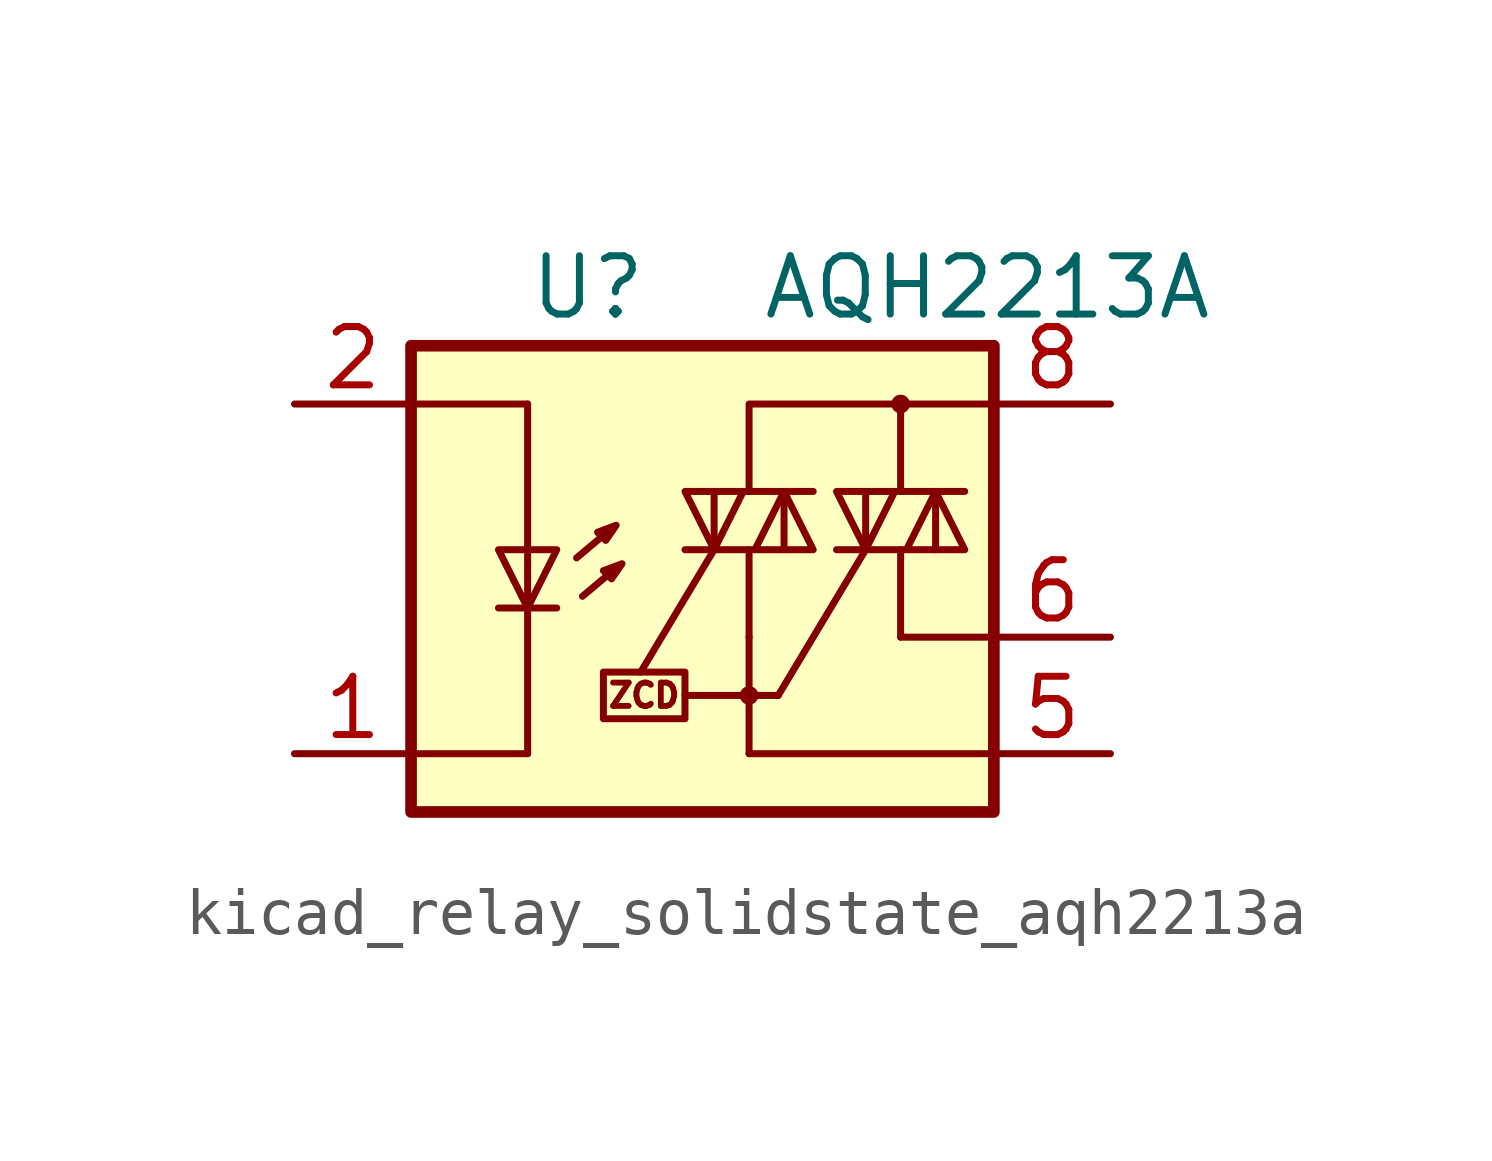
<source format=kicad_sym>
(kicad_symbol_lib
  (version 20220914)
  (generator kicad_symbol_editor)
  (symbol "kicad_relay_solidstate_aqh2213a"
    (property "Reference" "U"
      (at -5.08 5.08 0)
      (effects (font (size 1.27 1.27)) (justify left)))
    (property "Value" "AQH2213A"
      (at 0 5.08 0)
      (effects (font (size 1.27 1.27)) (justify left)))
    (symbol "kicad_relay_solidstate_aqh2213a_0_1"
      (polyline (pts (xy 3.048 -2.54) (xy 5.08 -2.54)) (stroke (width 0) (type default)) (fill (type none)))
      (polyline (pts (xy 3.048 -0.635) (xy 3.048 -2.54)) (stroke (width 0) (type default)) (fill (type none))))
    (symbol "kicad_relay_solidstate_aqh2213a_1_1"
      (rectangle (start -7.62 3.81) (end 5.08 -6.35) (stroke (width 0.254) (type default)) (fill (type background)))
      (rectangle (start -3.429 -3.302) (end -1.651 -4.318) (stroke (width 0) (type default)) (fill (type none)))
      (circle (center -0.254 -3.81) (radius 0.127) (stroke (width 0) (type default)) (fill (type none)))
      (polyline (pts (xy -5.715 -1.905) (xy -4.445 -1.905)) (stroke (width 0) (type default)) (fill (type none)))
      (polyline (pts (xy -5.08 -5.08) (xy -7.62 -5.08)) (stroke (width 0) (type default)) (fill (type none)))
      (polyline (pts (xy -5.08 -1.905) (xy -5.08 -5.08)) (stroke (width 0) (type default)) (fill (type none)))
      (polyline (pts (xy -5.08 -0.635) (xy -5.08 -1.905)) (stroke (width 0) (type default)) (fill (type none)))
      (polyline (pts (xy -5.08 -0.635) (xy -5.08 2.54)) (stroke (width 0) (type default)) (fill (type none)))
      (polyline (pts (xy -5.08 2.54) (xy -7.493 2.54)) (stroke (width 0) (type default)) (fill (type none)))
      (polyline (pts (xy -3.378 -0.279) (xy -4.013 -0.813)) (stroke (width 0) (type default)) (fill (type none)))
      (polyline (pts (xy -3.251 -1.118) (xy -3.886 -1.651)) (stroke (width 0) (type default)) (fill (type none)))
      (polyline (pts (xy -1.651 -3.81) (xy -0.254 -3.81)) (stroke (width 0) (type default)) (fill (type none)))
      (polyline (pts (xy -1.016 -0.635) (xy -2.616 -3.302)) (stroke (width 0) (type default)) (fill (type none)))
      (polyline (pts (xy -1.016 -0.635) (xy -1.016 0.635)) (stroke (width 0) (type default)) (fill (type none)))
      (polyline (pts (xy -0.254 -3.81) (xy 0.381 -3.81)) (stroke (width 0) (type default)) (fill (type none)))
      (polyline (pts (xy -0.254 -2.54) (xy -0.254 -5.08)) (stroke (width 0) (type default)) (fill (type none)))
      (polyline (pts (xy -0.254 -2.54) (xy -0.254 -0.635)) (stroke (width 0) (type default)) (fill (type none)))
      (polyline (pts (xy 0.381 -3.81) (xy 2.286 -0.635)) (stroke (width 0) (type default)) (fill (type none)))
      (polyline (pts (xy 0.508 0.635) (xy 0.508 -0.635)) (stroke (width 0) (type default)) (fill (type none)))
      (polyline (pts (xy 2.286 -0.635) (xy 2.286 0.635)) (stroke (width 0) (type default)) (fill (type none)))
      (polyline (pts (xy 3.048 2.54) (xy 3.048 0.635)) (stroke (width 0) (type default)) (fill (type none)))
      (polyline (pts (xy 3.81 0.635) (xy 3.81 -0.635)) (stroke (width 0) (type default)) (fill (type none)))
      (polyline (pts (xy 5.08 -5.08) (xy -0.254 -5.08)) (stroke (width 0) (type default)) (fill (type none)))
      (polyline (pts (xy 5.08 2.54) (xy 3.048 2.54)) (stroke (width 0) (type default)) (fill (type none)))
      (polyline (pts (xy 3.048 2.54) (xy -0.254 2.54) (xy -0.254 0.635)) (stroke (width 0) (type default)) (fill (type none)))
      (polyline (pts (xy -5.08 -1.905) (xy -5.715 -0.635) (xy -4.445 -0.635) (xy -5.08 -1.905)) (stroke (width 0) (type default)) (fill (type none)))
      (polyline (pts (xy -3.556 -0.254) (xy -3.378 -0.432) (xy -3.15 -0.102) (xy -3.556 -0.254)) (stroke (width 0) (type default)) (fill (type none)))
      (polyline (pts (xy -3.429 -1.092) (xy -3.251 -1.27) (xy -3.023 -0.94) (xy -3.429 -1.092)) (stroke (width 0) (type default)) (fill (type none)))
      (polyline (pts (xy -1.651 -0.635) (xy 1.143 -0.635) (xy 0.508 0.635) (xy -0.127 -0.635)) (stroke (width 0) (type default)) (fill (type none)))
      (polyline (pts (xy 1.143 0.635) (xy -1.651 0.635) (xy -1.016 -0.635) (xy -0.381 0.635)) (stroke (width 0) (type default)) (fill (type none)))
      (polyline (pts (xy 1.651 -0.635) (xy 4.445 -0.635) (xy 3.81 0.635) (xy 3.175 -0.635)) (stroke (width 0) (type default)) (fill (type none)))
      (polyline (pts (xy 4.445 0.635) (xy 1.651 0.635) (xy 2.286 -0.635) (xy 2.921 0.635)) (stroke (width 0) (type default)) (fill (type none)))
      (circle (center 3.048 2.54) (radius 0.127) (stroke (width 0) (type default)) (fill (type none)))
      (text "ZCD" (at -2.54 -3.81 0) (effects (font (size 0.508 0.508))))
      (pin passive line (at -10.16 -5.08 0) (length 2.54) (name "~" (effects (font (size 1.27 1.27)))) (number "1" (effects (font (size 1.27 1.27)))))
      (pin passive line (at -10.16 2.54 0) (length 2.54) (name "~" (effects (font (size 1.27 1.27)))) (number "2" (effects (font (size 1.27 1.27)))))
      (pin passive line (at -10.16 -5.08 0) (length 2.54) hide (name "~" (effects (font (size 1.27 1.27)))) (number "3" (effects (font (size 1.27 1.27)))))
      (pin passive line (at -10.16 -5.08 0) (length 2.54) hide (name "~" (effects (font (size 1.27 1.27)))) (number "4" (effects (font (size 1.27 1.27)))))
      (pin passive line (at 7.62 -5.08 180) (length 2.54) (name "~" (effects (font (size 1.27 1.27)))) (number "5" (effects (font (size 1.27 1.27)))))
      (pin passive line (at 7.62 -2.54 180) (length 2.54) (name "~" (effects (font (size 1.27 1.27)))) (number "6" (effects (font (size 1.27 1.27)))))
      (pin passive line (at 7.62 2.54 180) (length 2.54) (name "~" (effects (font (size 1.27 1.27)))) (number "8" (effects (font (size 1.27 1.27))))))))
</source>
